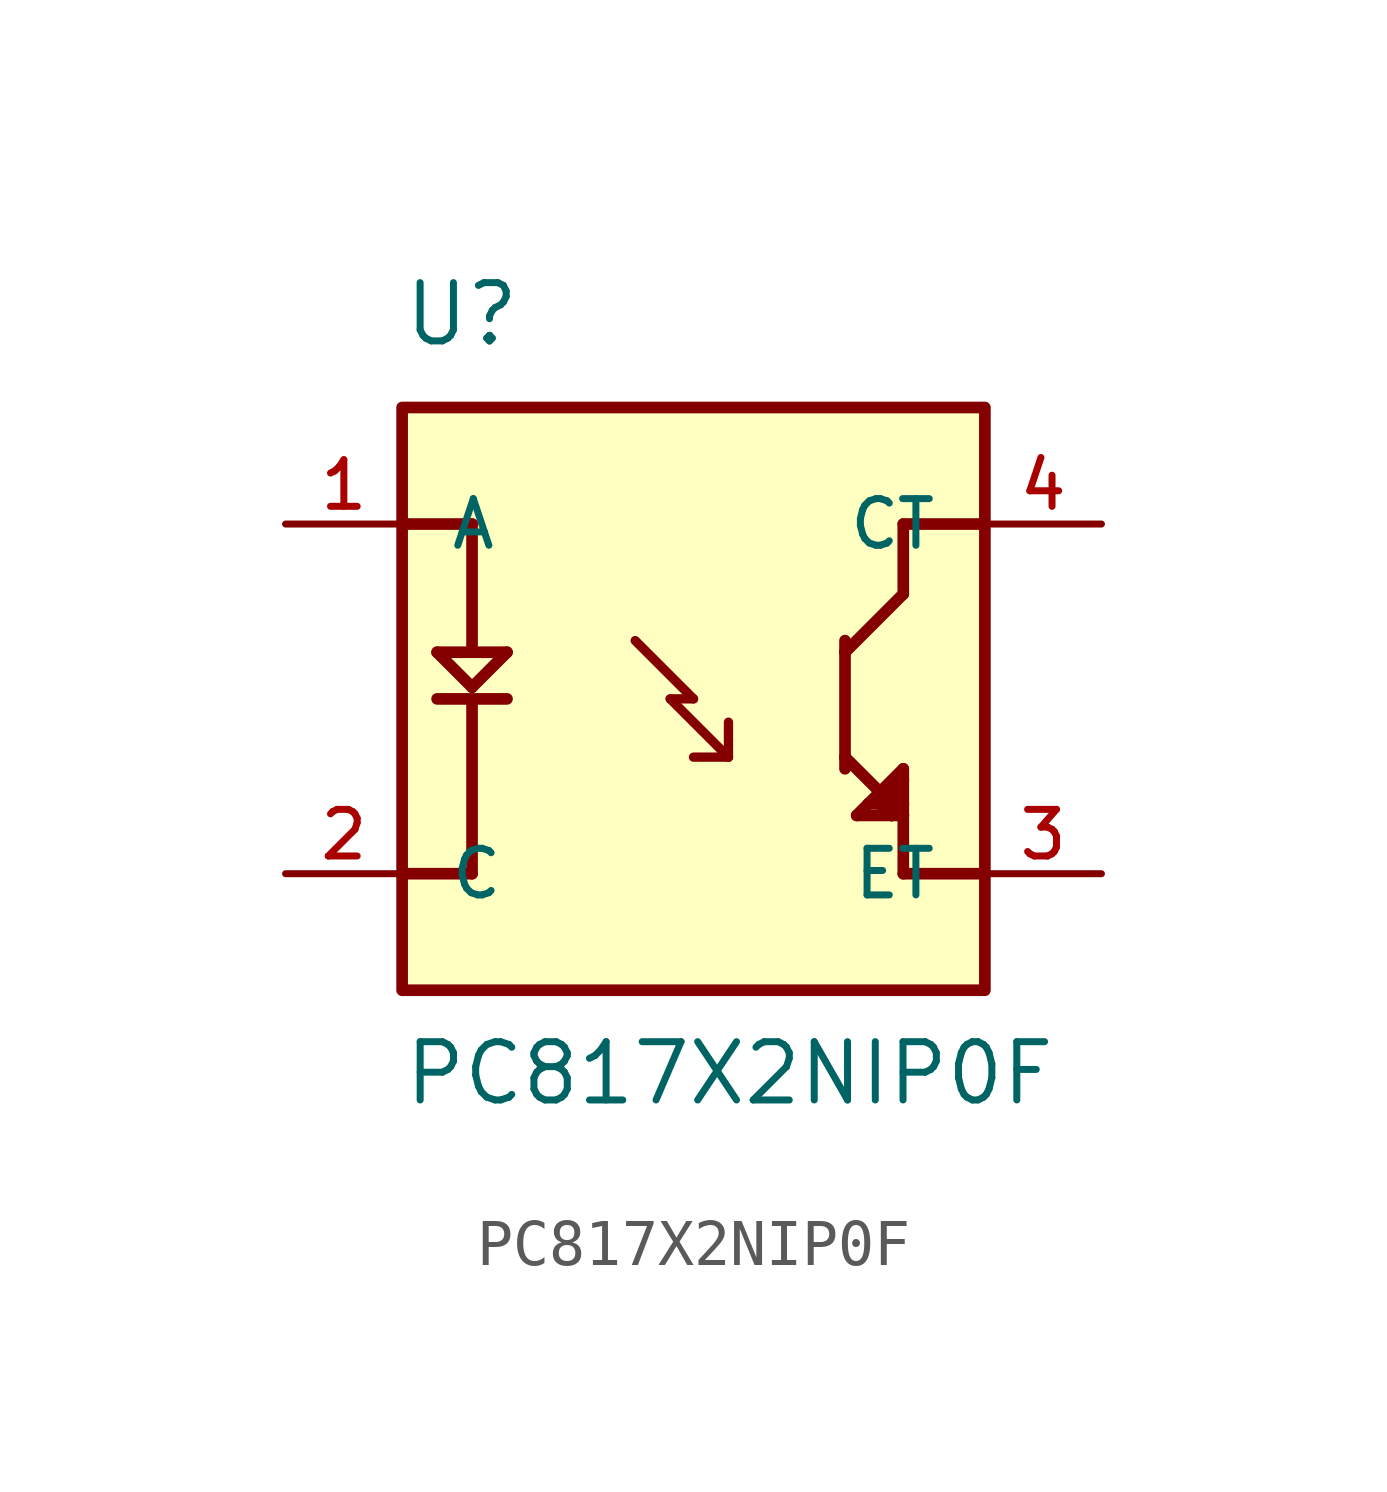
<source format=kicad_sym>
(kicad_symbol_lib
  (version 20211014)
  (generator kicad_symbol_editor)
  (symbol "PC817X2NIP0F"
    (pin_names
      (offset 1.016))
    (property "Reference" "U"
      (at -5.09 8.908 0)
      (effects (font (size 1.27 1.27)) (justify bottom left)))
    (property "Value" "PC817X2NIP0F"
      (at -5.089 -7.634 0)
      (effects (font (size 1.27 1.27)) (justify bottom left)))
    (symbol "PC817X2NIP0F_0_0"
      (polyline (pts (xy -5.08 5.08) (xy -3.556 5.08)) (stroke (width 0.254)))
      (polyline (pts (xy -3.556 5.08) (xy -3.556 2.286)) (stroke (width 0.254)))
      (polyline (pts (xy -3.556 2.286) (xy -2.794 2.286)) (stroke (width 0.254)))
      (polyline (pts (xy -3.556 2.286) (xy -4.318 2.286)) (stroke (width 0.254)))
      (polyline (pts (xy -4.318 2.286) (xy -3.556 1.524)) (stroke (width 0.254)))
      (polyline (pts (xy -3.556 1.524) (xy -2.794 2.286)) (stroke (width 0.254)))
      (polyline (pts (xy -4.318 1.27) (xy -2.794 1.27)) (stroke (width 0.254)))
      (polyline (pts (xy -3.556 1.27) (xy -3.556 -2.54)) (stroke (width 0.254)))
      (polyline (pts (xy -3.556 -2.54) (xy -5.08 -2.54)) (stroke (width 0.254)))
      (polyline (pts (xy 7.62 5.08) (xy 5.842 5.08)) (stroke (width 0.254)))
      (polyline (pts (xy 5.842 5.08) (xy 5.842 3.556)) (stroke (width 0.254)))
      (polyline (pts (xy 5.842 3.556) (xy 4.572 2.286)) (stroke (width 0.254)))
      (polyline (pts (xy 4.572 2.286) (xy 4.572 0.0)) (stroke (width 0.254)))
      (polyline (pts (xy 4.572 0.0) (xy 5.842 -1.27)) (stroke (width 0.254)))
      (polyline (pts (xy 5.842 -1.27) (xy 5.842 -2.54)) (stroke (width 0.254)))
      (polyline (pts (xy 5.842 -2.54) (xy 7.62 -2.54)) (stroke (width 0.254)))
      (polyline (pts (xy 5.842 -1.016) (xy 5.842 -0.508)) (stroke (width 0.254)))
      (polyline (pts (xy 5.842 -0.508) (xy 5.842 -0.254)) (stroke (width 0.254)))
      (polyline (pts (xy 5.842 -0.254) (xy 5.08 -1.016)) (stroke (width 0.254)))
      (polyline (pts (xy 5.08 -1.016) (xy 4.826 -1.27)) (stroke (width 0.254)))
      (polyline (pts (xy 4.826 -1.27) (xy 5.588 -1.27)) (stroke (width 0.254)))
      (polyline (pts (xy 5.588 -1.27) (xy 5.842 -1.27)) (stroke (width 0.254)))
      (polyline (pts (xy 5.842 -1.27) (xy 5.842 -1.016)) (stroke (width 0.254)))
      (polyline (pts (xy 5.842 -1.016) (xy 5.588 -0.762)) (stroke (width 0.254)))
      (polyline (pts (xy 5.588 -0.762) (xy 5.334 -1.016)) (stroke (width 0.254)))
      (polyline (pts (xy 5.08 -1.016) (xy 5.334 -1.016)) (stroke (width 0.254)))
      (polyline (pts (xy 5.334 -1.016) (xy 5.588 -1.27)) (stroke (width 0.254)))
      (polyline (pts (xy 5.588 -1.27) (xy 5.588 -0.762)) (stroke (width 0.254)))
      (polyline (pts (xy 5.588 -0.762) (xy 5.842 -0.508)) (stroke (width 0.254)))
      (polyline (pts (xy 4.572 0.0) (xy 4.572 -0.254)) (stroke (width 0.254)))
      (polyline (pts (xy 4.572 2.286) (xy 4.572 2.54)) (stroke (width 0.254)))
      (polyline (pts (xy 1.27 1.27) (xy 0.762 1.27)) (stroke (width 0.203)))
      (polyline (pts (xy 0.762 1.27) (xy 2.032 0.0)) (stroke (width 0.203)))
      (polyline (pts (xy 2.032 0.0) (xy 2.032 0.762)) (stroke (width 0.203)))
      (polyline (pts (xy 2.032 0.0) (xy 1.27 0.0)) (stroke (width 0.203)))
      (polyline (pts (xy 0.0 2.54) (xy 1.27 1.27)) (stroke (width 0.203)))
      (rectangle (start -5.08 -5.08) (end 7.62 7.62) (stroke (width 0.254)) (fill (type background)))
      (pin passive line (at -7.62 5.08 0) (length 2.54) (name "A" (effects (font (size 1.016 1.016)))) (number "1" (effects (font (size 1.016 1.016)))))
      (pin passive line (at -7.62 -2.54 0) (length 2.54) (name "C" (effects (font (size 1.016 1.016)))) (number "2" (effects (font (size 1.016 1.016)))))
      (pin passive line (at 10.16 5.08 180.0) (length 2.54) (name "CT" (effects (font (size 1.016 1.016)))) (number "4" (effects (font (size 1.016 1.016)))))
      (pin passive line (at 10.16 -2.54 180.0) (length 2.54) (name "ET" (effects (font (size 1.016 1.016)))) (number "3" (effects (font (size 1.016 1.016))))))))
</source>
